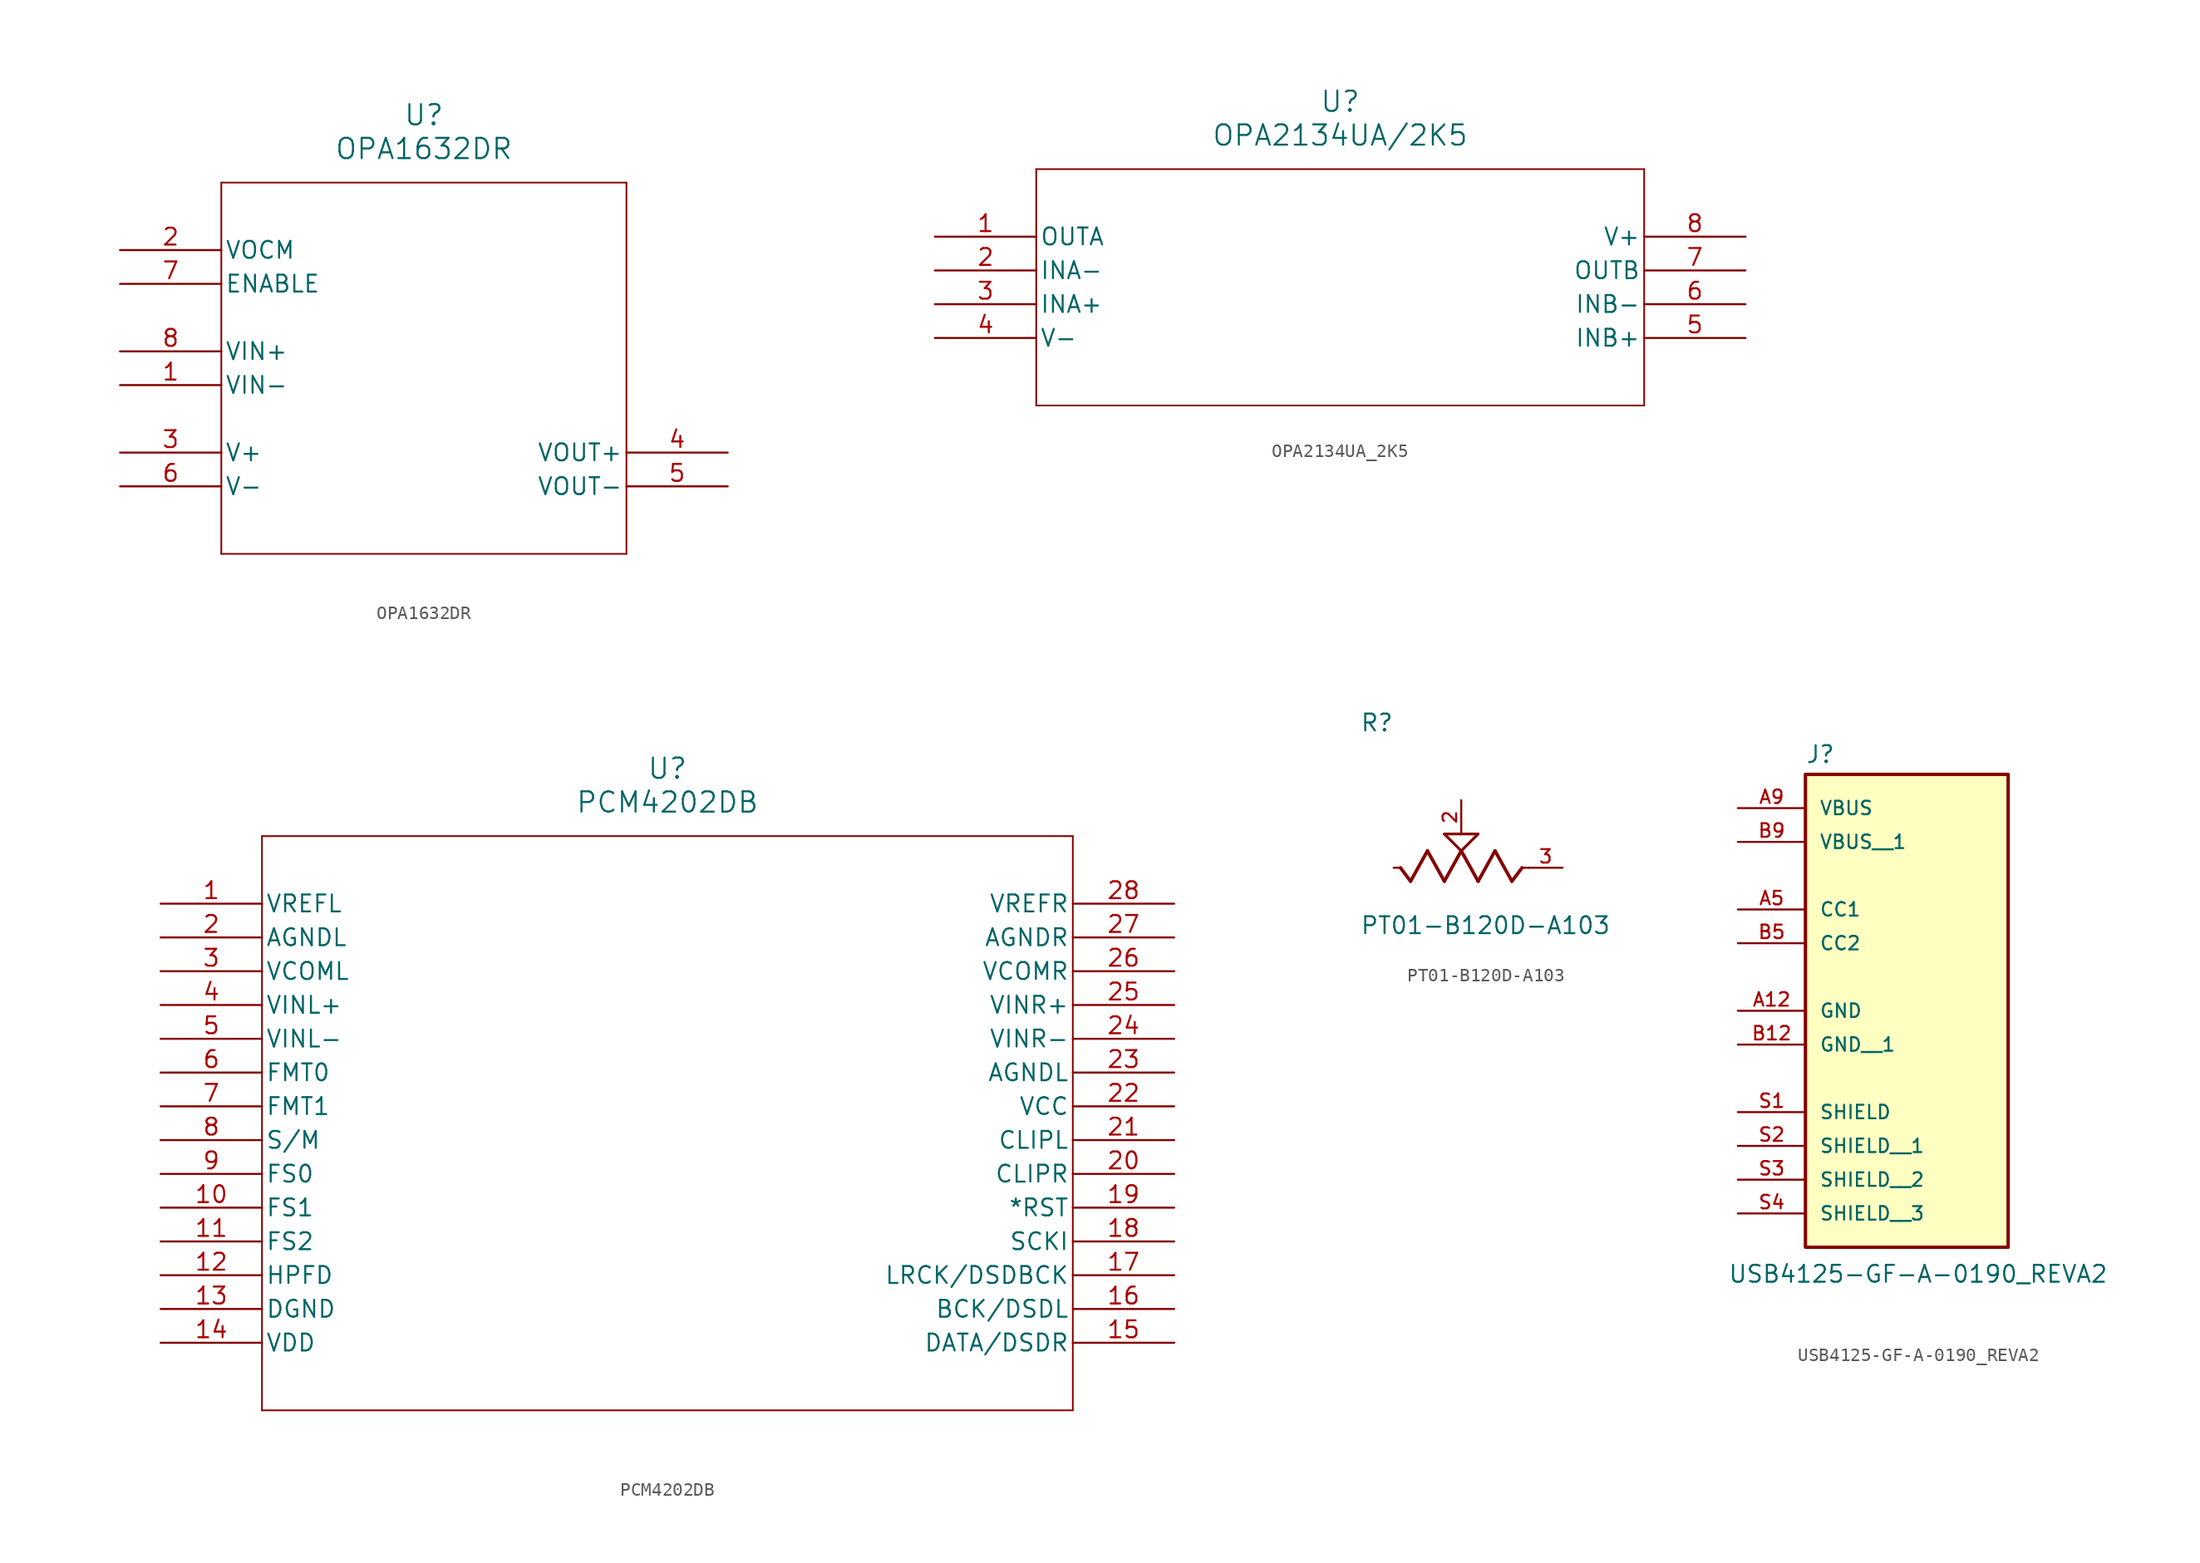
<source format=kicad_sym>
(kicad_symbol_lib
  (version 20231120)
  (generator "kicad_symbol_editor")
  (generator_version "8.0")
  (symbol "OPA1632DR"
    (pin_names
      (offset 0.254))
    (property "Reference" "U"
      (at 22.86 10.16 0)
      (effects (font (size 1.524 1.524))))
    (property "Value" "OPA1632DR"
      (at 22.86 7.62 0)
      (effects (font (size 1.524 1.524))))
    (property "ki_locked" ""
      (at 0 0 0)
      (effects (font (size 1.27 1.27))))
    (symbol "OPA1632DR_1_1"
      (polyline (pts (xy 7.62 -22.86) (xy 38.1 -22.86)) (stroke (width 0.127) (type default)) (fill (type none)))
      (polyline (pts (xy 7.62 5.08) (xy 7.62 -22.86)) (stroke (width 0.127) (type default)) (fill (type none)))
      (polyline (pts (xy 38.1 -22.86) (xy 38.1 5.08)) (stroke (width 0.127) (type default)) (fill (type none)))
      (polyline (pts (xy 38.1 5.08) (xy 7.62 5.08)) (stroke (width 0.127) (type default)) (fill (type none)))
      (pin input line (at 0 -10.16 0) (length 7.62) (name "VIN-" (effects (font (size 1.27 1.27)))) (number "1" (effects (font (size 1.27 1.27)))))
      (pin unspecified line (at 0 0 0) (length 7.62) (name "VOCM" (effects (font (size 1.27 1.27)))) (number "2" (effects (font (size 1.27 1.27)))))
      (pin power_in line (at 0 -15.24 0) (length 7.62) (name "V+" (effects (font (size 1.27 1.27)))) (number "3" (effects (font (size 1.27 1.27)))))
      (pin output line (at 45.72 -15.24 180) (length 7.62) (name "VOUT+" (effects (font (size 1.27 1.27)))) (number "4" (effects (font (size 1.27 1.27)))))
      (pin output line (at 45.72 -17.78 180) (length 7.62) (name "VOUT-" (effects (font (size 1.27 1.27)))) (number "5" (effects (font (size 1.27 1.27)))))
      (pin power_in line (at 0 -17.78 0) (length 7.62) (name "V-" (effects (font (size 1.27 1.27)))) (number "6" (effects (font (size 1.27 1.27)))))
      (pin unspecified line (at 0 -2.54 0) (length 7.62) (name "ENABLE" (effects (font (size 1.27 1.27)))) (number "7" (effects (font (size 1.27 1.27)))))
      (pin input line (at 0 -7.62 0) (length 7.62) (name "VIN+" (effects (font (size 1.27 1.27)))) (number "8" (effects (font (size 1.27 1.27)))))))
  (symbol "OPA2134UA_2K5"
    (pin_names
      (offset 0.254))
    (property "Reference" "U"
      (at 30.48 10.16 0)
      (effects (font (size 1.524 1.524))))
    (property "Value" "OPA2134UA/2K5"
      (at 30.48 7.62 0)
      (effects (font (size 1.524 1.524))))
    (property "ki_locked" ""
      (at 0 0 0)
      (effects (font (size 1.27 1.27))))
    (symbol "OPA2134UA_2K5_1_1"
      (polyline (pts (xy 7.62 -12.7) (xy 53.34 -12.7)) (stroke (width 0.127) (type default)) (fill (type none)))
      (polyline (pts (xy 7.62 5.08) (xy 7.62 -12.7)) (stroke (width 0.127) (type default)) (fill (type none)))
      (polyline (pts (xy 53.34 -12.7) (xy 53.34 5.08)) (stroke (width 0.127) (type default)) (fill (type none)))
      (polyline (pts (xy 53.34 5.08) (xy 7.62 5.08)) (stroke (width 0.127) (type default)) (fill (type none)))
      (pin output line (at 0 0 0) (length 7.62) (name "OUTA" (effects (font (size 1.27 1.27)))) (number "1" (effects (font (size 1.27 1.27)))))
      (pin input line (at 0 -2.54 0) (length 7.62) (name "INA-" (effects (font (size 1.27 1.27)))) (number "2" (effects (font (size 1.27 1.27)))))
      (pin input line (at 0 -5.08 0) (length 7.62) (name "INA+" (effects (font (size 1.27 1.27)))) (number "3" (effects (font (size 1.27 1.27)))))
      (pin power_in line (at 0 -7.62 0) (length 7.62) (name "V-" (effects (font (size 1.27 1.27)))) (number "4" (effects (font (size 1.27 1.27)))))
      (pin input line (at 60.96 -7.62 180) (length 7.62) (name "INB+" (effects (font (size 1.27 1.27)))) (number "5" (effects (font (size 1.27 1.27)))))
      (pin input line (at 60.96 -5.08 180) (length 7.62) (name "INB-" (effects (font (size 1.27 1.27)))) (number "6" (effects (font (size 1.27 1.27)))))
      (pin output line (at 60.96 -2.54 180) (length 7.62) (name "OUTB" (effects (font (size 1.27 1.27)))) (number "7" (effects (font (size 1.27 1.27)))))
      (pin power_in line (at 60.96 0 180) (length 7.62) (name "V+" (effects (font (size 1.27 1.27)))) (number "8" (effects (font (size 1.27 1.27)))))))
  (symbol "PCM4202DB"
    (pin_names
      (offset 0.254))
    (property "Reference" "U"
      (at 38.1 10.16 0)
      (effects (font (size 1.524 1.524))))
    (property "Value" "PCM4202DB"
      (at 38.1 7.62 0)
      (effects (font (size 1.524 1.524))))
    (property "ki_locked" ""
      (at 0 0 0)
      (effects (font (size 1.27 1.27))))
    (symbol "PCM4202DB_1_1"
      (polyline (pts (xy 7.62 -38.1) (xy 68.58 -38.1)) (stroke (width 0.127) (type default)) (fill (type none)))
      (polyline (pts (xy 7.62 5.08) (xy 7.62 -38.1)) (stroke (width 0.127) (type default)) (fill (type none)))
      (polyline (pts (xy 68.58 -38.1) (xy 68.58 5.08)) (stroke (width 0.127) (type default)) (fill (type none)))
      (polyline (pts (xy 68.58 5.08) (xy 7.62 5.08)) (stroke (width 0.127) (type default)) (fill (type none)))
      (pin output line (at 0 0 0) (length 7.62) (name "VREFL" (effects (font (size 1.27 1.27)))) (number "1" (effects (font (size 1.27 1.27)))))
      (pin input line (at 0 -22.86 0) (length 7.62) (name "FS1" (effects (font (size 1.27 1.27)))) (number "10" (effects (font (size 1.27 1.27)))))
      (pin input line (at 0 -25.4 0) (length 7.62) (name "FS2" (effects (font (size 1.27 1.27)))) (number "11" (effects (font (size 1.27 1.27)))))
      (pin input line (at 0 -27.94 0) (length 7.62) (name "HPFD" (effects (font (size 1.27 1.27)))) (number "12" (effects (font (size 1.27 1.27)))))
      (pin power_in line (at 0 -30.48 0) (length 7.62) (name "DGND" (effects (font (size 1.27 1.27)))) (number "13" (effects (font (size 1.27 1.27)))))
      (pin power_in line (at 0 -33.02 0) (length 7.62) (name "VDD" (effects (font (size 1.27 1.27)))) (number "14" (effects (font (size 1.27 1.27)))))
      (pin output line (at 76.2 -33.02 180) (length 7.62) (name "DATA/DSDR" (effects (font (size 1.27 1.27)))) (number "15" (effects (font (size 1.27 1.27)))))
      (pin bidirectional line (at 76.2 -30.48 180) (length 7.62) (name "BCK/DSDL" (effects (font (size 1.27 1.27)))) (number "16" (effects (font (size 1.27 1.27)))))
      (pin bidirectional line (at 76.2 -27.94 180) (length 7.62) (name "LRCK/DSDBCK" (effects (font (size 1.27 1.27)))) (number "17" (effects (font (size 1.27 1.27)))))
      (pin input line (at 76.2 -25.4 180) (length 7.62) (name "SCKI" (effects (font (size 1.27 1.27)))) (number "18" (effects (font (size 1.27 1.27)))))
      (pin input line (at 76.2 -22.86 180) (length 7.62) (name "*RST" (effects (font (size 1.27 1.27)))) (number "19" (effects (font (size 1.27 1.27)))))
      (pin power_in line (at 0 -2.54 0) (length 7.62) (name "AGNDL" (effects (font (size 1.27 1.27)))) (number "2" (effects (font (size 1.27 1.27)))))
      (pin output line (at 76.2 -20.32 180) (length 7.62) (name "CLIPR" (effects (font (size 1.27 1.27)))) (number "20" (effects (font (size 1.27 1.27)))))
      (pin output line (at 76.2 -17.78 180) (length 7.62) (name "CLIPL" (effects (font (size 1.27 1.27)))) (number "21" (effects (font (size 1.27 1.27)))))
      (pin power_in line (at 76.2 -15.24 180) (length 7.62) (name "VCC" (effects (font (size 1.27 1.27)))) (number "22" (effects (font (size 1.27 1.27)))))
      (pin power_in line (at 76.2 -12.7 180) (length 7.62) (name "AGNDL" (effects (font (size 1.27 1.27)))) (number "23" (effects (font (size 1.27 1.27)))))
      (pin input line (at 76.2 -10.16 180) (length 7.62) (name "VINR-" (effects (font (size 1.27 1.27)))) (number "24" (effects (font (size 1.27 1.27)))))
      (pin input line (at 76.2 -7.62 180) (length 7.62) (name "VINR+" (effects (font (size 1.27 1.27)))) (number "25" (effects (font (size 1.27 1.27)))))
      (pin output line (at 76.2 -5.08 180) (length 7.62) (name "VCOMR" (effects (font (size 1.27 1.27)))) (number "26" (effects (font (size 1.27 1.27)))))
      (pin power_in line (at 76.2 -2.54 180) (length 7.62) (name "AGNDR" (effects (font (size 1.27 1.27)))) (number "27" (effects (font (size 1.27 1.27)))))
      (pin output line (at 76.2 0 180) (length 7.62) (name "VREFR" (effects (font (size 1.27 1.27)))) (number "28" (effects (font (size 1.27 1.27)))))
      (pin output line (at 0 -5.08 0) (length 7.62) (name "VCOML" (effects (font (size 1.27 1.27)))) (number "3" (effects (font (size 1.27 1.27)))))
      (pin input line (at 0 -7.62 0) (length 7.62) (name "VINL+" (effects (font (size 1.27 1.27)))) (number "4" (effects (font (size 1.27 1.27)))))
      (pin input line (at 0 -10.16 0) (length 7.62) (name "VINL-" (effects (font (size 1.27 1.27)))) (number "5" (effects (font (size 1.27 1.27)))))
      (pin input line (at 0 -12.7 0) (length 7.62) (name "FMT0" (effects (font (size 1.27 1.27)))) (number "6" (effects (font (size 1.27 1.27)))))
      (pin input line (at 0 -15.24 0) (length 7.62) (name "FMT1" (effects (font (size 1.27 1.27)))) (number "7" (effects (font (size 1.27 1.27)))))
      (pin input line (at 0 -17.78 0) (length 7.62) (name "S/M" (effects (font (size 1.27 1.27)))) (number "8" (effects (font (size 1.27 1.27)))))
      (pin input line (at 0 -20.32 0) (length 7.62) (name "FS0" (effects (font (size 1.27 1.27)))) (number "9" (effects (font (size 1.27 1.27)))))))
  (symbol "PT01-B120D-A103"
    (pin_names
      (offset 1.016))
    (property "Reference" "R"
      (at -7.62 10.16 0)
      (effects (font (size 1.27 1.27)) (justify left bottom)))
    (property "Value" "PT01-B120D-A103"
      (at -7.62 -5.08 0)
      (effects (font (size 1.27 1.27)) (justify left bottom)))
    (symbol "PT01-B120D-A103_0_0"
      (polyline (pts (xy -4.572 0) (xy -5.08 0)) (stroke (width 0.152) (type default)) (fill (type none)))
      (polyline (pts (xy -3.81 -1.016) (xy -4.572 0)) (stroke (width 0.254) (type default)) (fill (type none)))
      (polyline (pts (xy -2.54 1.27) (xy -3.81 -1.016)) (stroke (width 0.254) (type default)) (fill (type none)))
      (polyline (pts (xy -1.27 -1.016) (xy -2.54 1.27)) (stroke (width 0.254) (type default)) (fill (type none)))
      (polyline (pts (xy -1.27 2.54) (xy 1.27 2.54)) (stroke (width 0.203) (type default)) (fill (type none)))
      (polyline (pts (xy 0 1.27) (xy -1.27 -1.016)) (stroke (width 0.254) (type default)) (fill (type none)))
      (polyline (pts (xy 0 1.27) (xy -1.27 2.54)) (stroke (width 0.203) (type default)) (fill (type none)))
      (polyline (pts (xy 1.27 -1.016) (xy 0 1.27)) (stroke (width 0.254) (type default)) (fill (type none)))
      (polyline (pts (xy 1.27 2.54) (xy 0 1.27)) (stroke (width 0.203) (type default)) (fill (type none)))
      (polyline (pts (xy 2.54 1.27) (xy 1.27 -1.016)) (stroke (width 0.254) (type default)) (fill (type none)))
      (polyline (pts (xy 3.81 -1.016) (xy 2.54 1.27)) (stroke (width 0.254) (type default)) (fill (type none)))
      (polyline (pts (xy 4.572 0) (xy 3.81 -1.016)) (stroke (width 0.254) (type default)) (fill (type none)))
      (polyline (pts (xy 5.08 0) (xy 4.572 0)) (stroke (width 0.152) (type default)) (fill (type none)))
      (pin passive line (at 0 5.08 270) (length 2.54) (name "~" (effects (font (size 1.016 1.016)))) (number "2" (effects (font (size 1.016 1.016)))))
      (pin passive line (at 7.62 0 180) (length 2.54) (name "~" (effects (font (size 1.016 1.016)))) (number "3" (effects (font (size 1.016 1.016)))))))
  (symbol "USB4125-GF-A-0190_REVA2"
    (pin_names
      (offset 1.016))
    (property "Reference" "J"
      (at -7.62 10.922 0)
      (effects (font (size 1.27 1.27)) (justify left bottom)))
    (property "Value" "USB4125-GF-A-0190_REVA2"
      (at -13.462 -26.67 0)
      (effects (font (size 1.27 1.27)) (justify left top)))
    (symbol "USB4125-GF-A-0190_REVA2_0_0"
      (rectangle (start -7.62 10.16) (end 7.62 -25.4) (stroke (width 0.254) (type default)) (fill (type background)))
      (pin power_in line (at -12.7 -7.62 0) (length 5.08) (name "GND" (effects (font (size 1.016 1.016)))) (number "A12" (effects (font (size 1.016 1.016)))))
      (pin bidirectional line (at -12.7 0 0) (length 5.08) (name "CC1" (effects (font (size 1.016 1.016)))) (number "A5" (effects (font (size 1.016 1.016)))))
      (pin power_in line (at -12.7 7.62 0) (length 5.08) (name "VBUS" (effects (font (size 1.016 1.016)))) (number "A9" (effects (font (size 1.016 1.016)))))
      (pin power_in line (at -12.7 -10.16 0) (length 5.08) (name "GND__1" (effects (font (size 1.016 1.016)))) (number "B12" (effects (font (size 1.016 1.016)))))
      (pin bidirectional line (at -12.7 -2.54 0) (length 5.08) (name "CC2" (effects (font (size 1.016 1.016)))) (number "B5" (effects (font (size 1.016 1.016)))))
      (pin power_in line (at -12.7 5.08 0) (length 5.08) (name "VBUS__1" (effects (font (size 1.016 1.016)))) (number "B9" (effects (font (size 1.016 1.016)))))
      (pin passive line (at -12.7 -15.24 0) (length 5.08) (name "SHIELD" (effects (font (size 1.016 1.016)))) (number "S1" (effects (font (size 1.016 1.016)))))
      (pin passive line (at -12.7 -17.78 0) (length 5.08) (name "SHIELD__1" (effects (font (size 1.016 1.016)))) (number "S2" (effects (font (size 1.016 1.016)))))
      (pin passive line (at -12.7 -20.32 0) (length 5.08) (name "SHIELD__2" (effects (font (size 1.016 1.016)))) (number "S3" (effects (font (size 1.016 1.016)))))
      (pin passive line (at -12.7 -22.86 0) (length 5.08) (name "SHIELD__3" (effects (font (size 1.016 1.016)))) (number "S4" (effects (font (size 1.016 1.016))))))))
</source>
